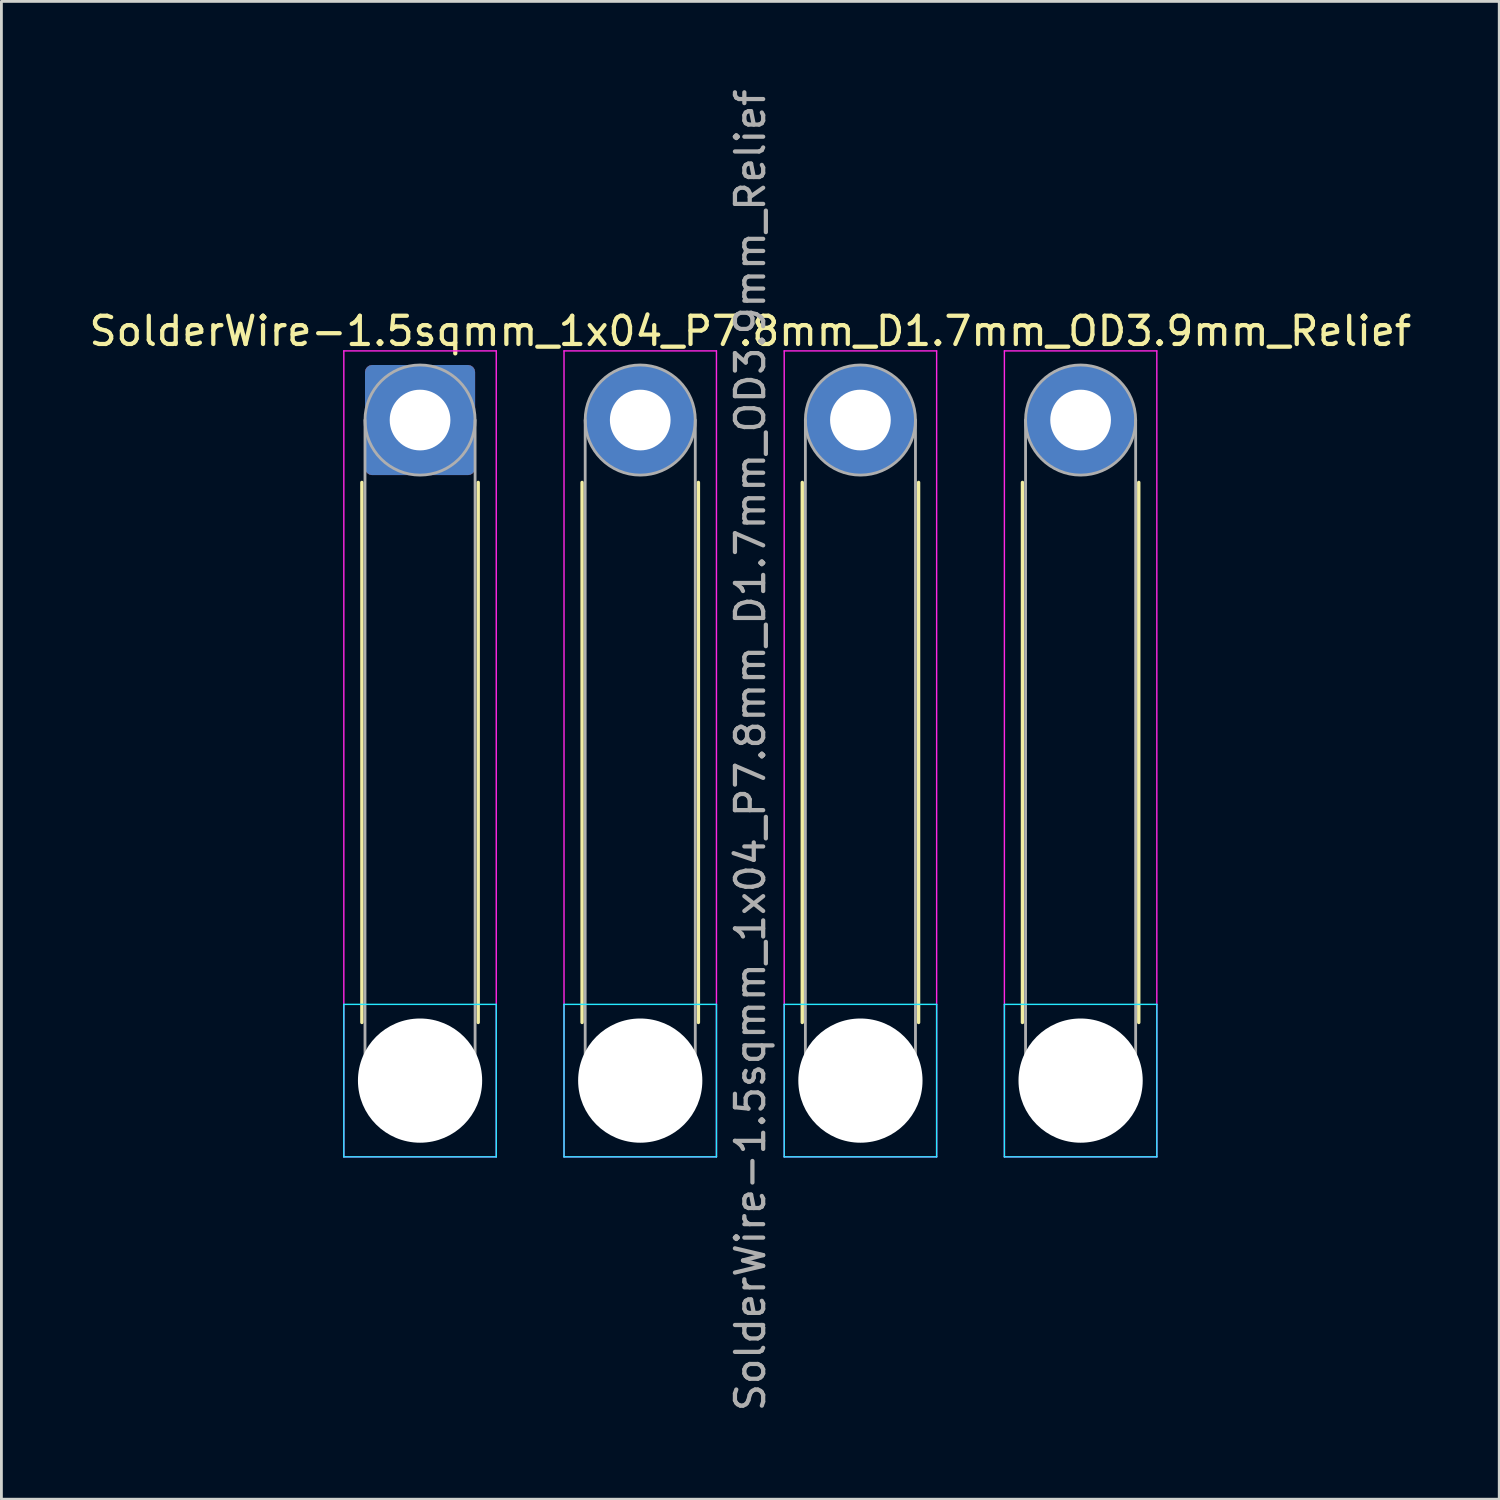
<source format=kicad_pcb>
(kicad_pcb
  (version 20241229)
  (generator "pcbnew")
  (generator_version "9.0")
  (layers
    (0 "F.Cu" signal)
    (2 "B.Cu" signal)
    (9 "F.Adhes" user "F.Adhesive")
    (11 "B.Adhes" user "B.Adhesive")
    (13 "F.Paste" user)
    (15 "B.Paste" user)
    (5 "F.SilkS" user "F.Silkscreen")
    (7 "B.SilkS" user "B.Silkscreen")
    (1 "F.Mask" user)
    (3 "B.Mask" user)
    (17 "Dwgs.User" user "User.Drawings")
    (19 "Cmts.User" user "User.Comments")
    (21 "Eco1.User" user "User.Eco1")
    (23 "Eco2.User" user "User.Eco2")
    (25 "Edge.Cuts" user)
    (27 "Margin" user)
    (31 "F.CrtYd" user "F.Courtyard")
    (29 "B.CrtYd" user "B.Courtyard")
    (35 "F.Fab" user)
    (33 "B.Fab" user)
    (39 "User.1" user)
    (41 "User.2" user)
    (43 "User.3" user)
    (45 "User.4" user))
  (footprint "SolderWire-1.5sqmm_1x04_P7.8mm_D1.7mm_OD3.9mm_Relief"
    (layer "F.Cu")
    (at 11.83 11.83)
    (property "Reference" "SolderWire-1.5sqmm_1x04_P7.8mm_D1.7mm_OD3.9mm_Relief" (at 11.7 -3.15 0) (layer "F.SilkS") (effects (font (size 1 1) (thickness 0.15))))
    (attr exclude_from_pos_files exclude_from_bom)
    (fp_line (start -2.06 2.21) (end -2.06 21.34) (stroke (width 0.12) (type solid)) (layer "F.SilkS"))
    (fp_line (start 2.06 2.21) (end 2.06 21.34) (stroke (width 0.12) (type solid)) (layer "F.SilkS"))
    (fp_line (start 5.74 2.21) (end 5.74 21.34) (stroke (width 0.12) (type solid)) (layer "F.SilkS"))
    (fp_line (start 9.86 2.21) (end 9.86 21.34) (stroke (width 0.12) (type solid)) (layer "F.SilkS"))
    (fp_line (start 13.54 2.21) (end 13.54 21.34) (stroke (width 0.12) (type solid)) (layer "F.SilkS"))
    (fp_line (start 17.66 2.21) (end 17.66 21.34) (stroke (width 0.12) (type solid)) (layer "F.SilkS"))
    (fp_line (start 21.34 2.21) (end 21.34 21.34) (stroke (width 0.12) (type solid)) (layer "F.SilkS"))
    (fp_line (start 25.46 2.21) (end 25.46 21.34) (stroke (width 0.12) (type solid)) (layer "F.SilkS"))
    (fp_line (start -2.7 20.7) (end -2.7 26.1) (stroke (width 0.05) (type solid)) (layer "B.CrtYd"))
    (fp_line (start -2.7 26.1) (end 2.7 26.1) (stroke (width 0.05) (type solid)) (layer "B.CrtYd"))
    (fp_line (start 2.7 20.7) (end -2.7 20.7) (stroke (width 0.05) (type solid)) (layer "B.CrtYd"))
    (fp_line (start 2.7 26.1) (end 2.7 20.7) (stroke (width 0.05) (type solid)) (layer "B.CrtYd"))
    (fp_line (start 5.1 20.7) (end 5.1 26.1) (stroke (width 0.05) (type solid)) (layer "B.CrtYd"))
    (fp_line (start 5.1 26.1) (end 10.5 26.1) (stroke (width 0.05) (type solid)) (layer "B.CrtYd"))
    (fp_line (start 10.5 20.7) (end 5.1 20.7) (stroke (width 0.05) (type solid)) (layer "B.CrtYd"))
    (fp_line (start 10.5 26.1) (end 10.5 20.7) (stroke (width 0.05) (type solid)) (layer "B.CrtYd"))
    (fp_line (start 12.9 20.7) (end 12.9 26.1) (stroke (width 0.05) (type solid)) (layer "B.CrtYd"))
    (fp_line (start 12.9 26.1) (end 18.3 26.1) (stroke (width 0.05) (type solid)) (layer "B.CrtYd"))
    (fp_line (start 18.3 20.7) (end 12.9 20.7) (stroke (width 0.05) (type solid)) (layer "B.CrtYd"))
    (fp_line (start 18.3 26.1) (end 18.3 20.7) (stroke (width 0.05) (type solid)) (layer "B.CrtYd"))
    (fp_line (start 20.7 20.7) (end 20.7 26.1) (stroke (width 0.05) (type solid)) (layer "B.CrtYd"))
    (fp_line (start 20.7 26.1) (end 26.1 26.1) (stroke (width 0.05) (type solid)) (layer "B.CrtYd"))
    (fp_line (start 26.1 20.7) (end 20.7 20.7) (stroke (width 0.05) (type solid)) (layer "B.CrtYd"))
    (fp_line (start 26.1 26.1) (end 26.1 20.7) (stroke (width 0.05) (type solid)) (layer "B.CrtYd"))
    (fp_line (start -2.7 -2.45) (end -2.7 26.1) (stroke (width 0.05) (type solid)) (layer "F.CrtYd"))
    (fp_line (start -2.7 26.1) (end 2.7 26.1) (stroke (width 0.05) (type solid)) (layer "F.CrtYd"))
    (fp_line (start 2.7 -2.45) (end -2.7 -2.45) (stroke (width 0.05) (type solid)) (layer "F.CrtYd"))
    (fp_line (start 2.7 26.1) (end 2.7 -2.45) (stroke (width 0.05) (type solid)) (layer "F.CrtYd"))
    (fp_line (start 5.1 -2.45) (end 5.1 26.1) (stroke (width 0.05) (type solid)) (layer "F.CrtYd"))
    (fp_line (start 5.1 26.1) (end 10.5 26.1) (stroke (width 0.05) (type solid)) (layer "F.CrtYd"))
    (fp_line (start 10.5 -2.45) (end 5.1 -2.45) (stroke (width 0.05) (type solid)) (layer "F.CrtYd"))
    (fp_line (start 10.5 26.1) (end 10.5 -2.45) (stroke (width 0.05) (type solid)) (layer "F.CrtYd"))
    (fp_line (start 12.9 -2.45) (end 12.9 26.1) (stroke (width 0.05) (type solid)) (layer "F.CrtYd"))
    (fp_line (start 12.9 26.1) (end 18.3 26.1) (stroke (width 0.05) (type solid)) (layer "F.CrtYd"))
    (fp_line (start 18.3 -2.45) (end 12.9 -2.45) (stroke (width 0.05) (type solid)) (layer "F.CrtYd"))
    (fp_line (start 18.3 26.1) (end 18.3 -2.45) (stroke (width 0.05) (type solid)) (layer "F.CrtYd"))
    (fp_line (start 20.7 -2.45) (end 20.7 26.1) (stroke (width 0.05) (type solid)) (layer "F.CrtYd"))
    (fp_line (start 20.7 26.1) (end 26.1 26.1) (stroke (width 0.05) (type solid)) (layer "F.CrtYd"))
    (fp_line (start 26.1 -2.45) (end 20.7 -2.45) (stroke (width 0.05) (type solid)) (layer "F.CrtYd"))
    (fp_line (start 26.1 26.1) (end 26.1 -2.45) (stroke (width 0.05) (type solid)) (layer "F.CrtYd"))
    (fp_line (start -1.95 0) (end -1.95 23.4) (stroke (width 0.1) (type solid)) (layer "F.Fab"))
    (fp_line (start 1.95 0) (end 1.95 23.4) (stroke (width 0.1) (type solid)) (layer "F.Fab"))
    (fp_line (start 5.85 0) (end 5.85 23.4) (stroke (width 0.1) (type solid)) (layer "F.Fab"))
    (fp_line (start 9.75 0) (end 9.75 23.4) (stroke (width 0.1) (type solid)) (layer "F.Fab"))
    (fp_line (start 13.65 0) (end 13.65 23.4) (stroke (width 0.1) (type solid)) (layer "F.Fab"))
    (fp_line (start 17.55 0) (end 17.55 23.4) (stroke (width 0.1) (type solid)) (layer "F.Fab"))
    (fp_line (start 21.45 0) (end 21.45 23.4) (stroke (width 0.1) (type solid)) (layer "F.Fab"))
    (fp_line (start 25.35 0) (end 25.35 23.4) (stroke (width 0.1) (type solid)) (layer "F.Fab"))
    (fp_circle (center 0 0) (end 1.95 0) (stroke (width 0.1) (type solid)) (fill no) (layer "F.Fab"))
    (fp_circle (center 0 23.4) (end 1.95 23.4) (stroke (width 0.1) (type solid)) (fill no) (layer "F.Fab"))
    (fp_circle (center 7.8 0) (end 9.75 0) (stroke (width 0.1) (type solid)) (fill no) (layer "F.Fab"))
    (fp_circle (center 7.8 23.4) (end 9.75 23.4) (stroke (width 0.1) (type solid)) (fill no) (layer "F.Fab"))
    (fp_circle (center 15.6 0) (end 17.55 0) (stroke (width 0.1) (type solid)) (fill no) (layer "F.Fab"))
    (fp_circle (center 15.6 23.4) (end 17.55 23.4) (stroke (width 0.1) (type solid)) (fill no) (layer "F.Fab"))
    (fp_circle (center 23.4 0) (end 25.35 0) (stroke (width 0.1) (type solid)) (fill no) (layer "F.Fab"))
    (fp_circle (center 23.4 23.4) (end 25.35 23.4) (stroke (width 0.1) (type solid)) (fill no) (layer "F.Fab"))
    (fp_text user "${REFERENCE}" (at 11.7 11.7 90) (layer "F.Fab") (effects (font (size 1 1) (thickness 0.15))))
    (pad "" np_thru_hole circle (at 0 23.4) (size 4.4 4.4) (drill 4.4) (layers "*.Cu" "*.Mask"))
    (pad "" np_thru_hole circle (at 7.8 23.4) (size 4.4 4.4) (drill 4.4) (layers "*.Cu" "*.Mask"))
    (pad "" np_thru_hole circle (at 15.6 23.4) (size 4.4 4.4) (drill 4.4) (layers "*.Cu" "*.Mask"))
    (pad "" np_thru_hole circle (at 23.4 23.4) (size 4.4 4.4) (drill 4.4) (layers "*.Cu" "*.Mask"))
    (pad "1" thru_hole roundrect (at 0 0) (size 3.9 3.9) (drill 2.15) (layers "*.Cu" "*.Mask") (roundrect_rratio 0.064))
    (pad "2" thru_hole circle (at 7.8 0) (size 3.9 3.9) (drill 2.15) (layers "*.Cu" "*.Mask"))
    (pad "3" thru_hole circle (at 15.6 0) (size 3.9 3.9) (drill 2.15) (layers "*.Cu" "*.Mask"))
    (pad "4" thru_hole circle (at 23.4 0) (size 3.9 3.9) (drill 2.15) (layers "*.Cu" "*.Mask")))
  (gr_rect
    (start -3 -3)
    (end 50.06 50.06)
    (stroke (width 0.1) (type default))
    (fill no)
    (layer "Edge.Cuts")))
</source>
